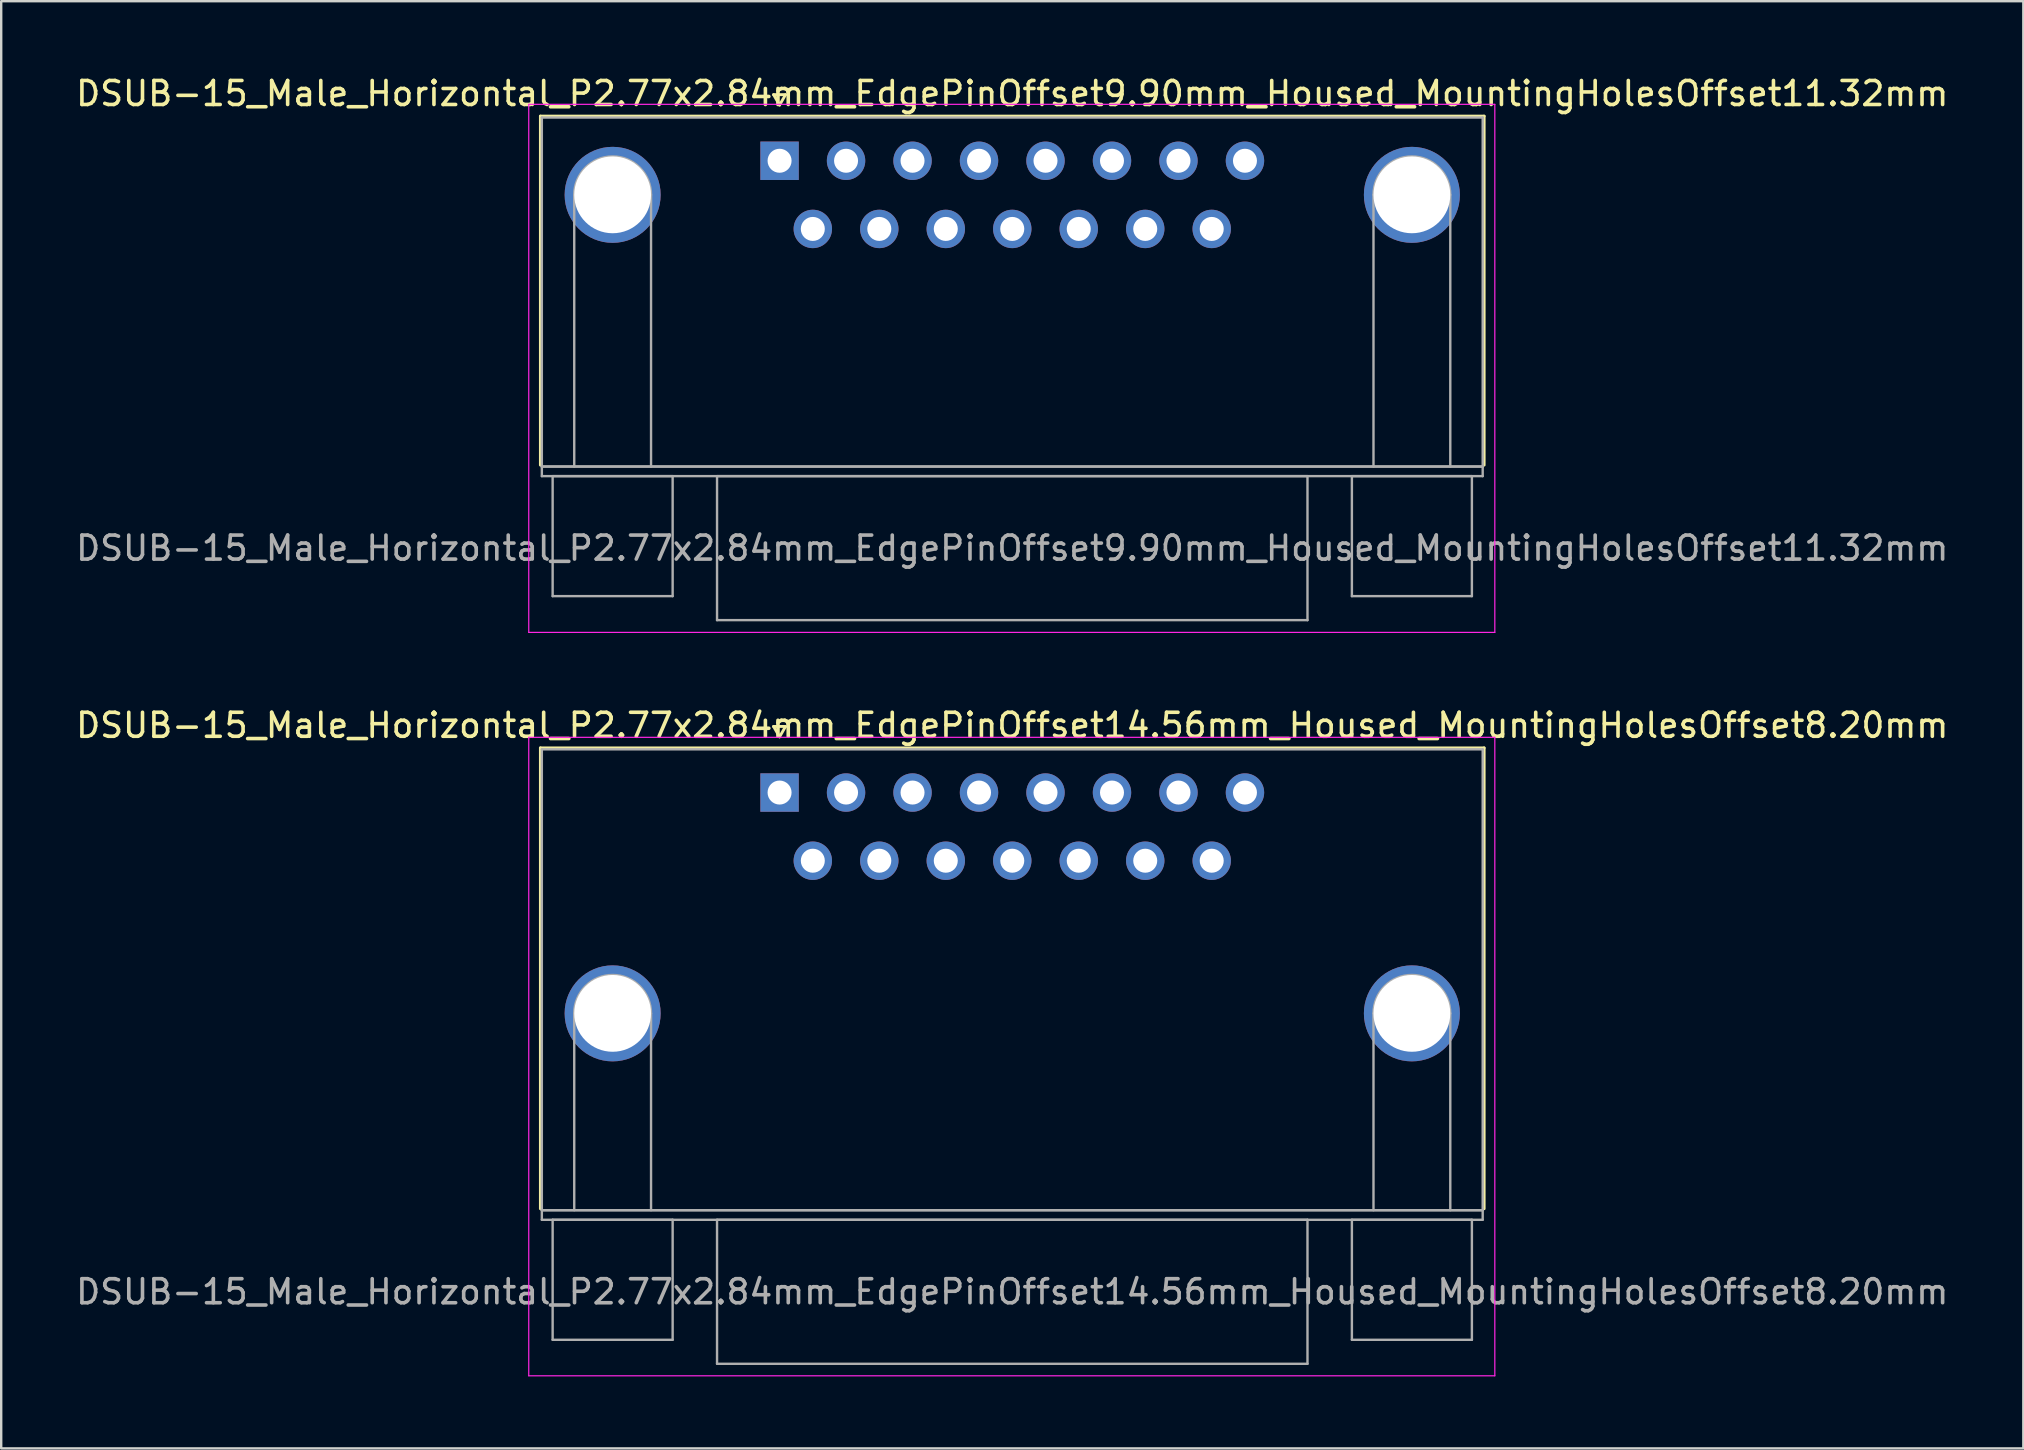
<source format=kicad_pcb>
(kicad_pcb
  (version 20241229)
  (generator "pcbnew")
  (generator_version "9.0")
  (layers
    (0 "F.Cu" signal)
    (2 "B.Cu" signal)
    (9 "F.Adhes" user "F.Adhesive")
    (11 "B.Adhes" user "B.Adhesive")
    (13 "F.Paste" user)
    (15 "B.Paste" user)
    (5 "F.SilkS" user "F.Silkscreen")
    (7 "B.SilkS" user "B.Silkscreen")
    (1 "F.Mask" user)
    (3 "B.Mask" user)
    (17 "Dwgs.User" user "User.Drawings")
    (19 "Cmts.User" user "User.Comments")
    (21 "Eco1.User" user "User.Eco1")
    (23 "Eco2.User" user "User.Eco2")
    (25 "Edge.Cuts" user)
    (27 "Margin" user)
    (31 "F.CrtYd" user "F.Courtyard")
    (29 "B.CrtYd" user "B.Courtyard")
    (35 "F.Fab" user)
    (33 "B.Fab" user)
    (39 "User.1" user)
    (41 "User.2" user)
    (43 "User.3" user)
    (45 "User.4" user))
  (footprint "DSUB-15_Male_Horizontal_P2.77x2.84mm_EdgePinOffset14.56mm_Housed_MountingHolesOffset8.20mm"
    (layer "F.Cu")
    (at 29.43 29.971)
    (property "Reference" "DSUB-15_Male_Horizontal_P2.77x2.84mm_EdgePinOffset14.56mm_Housed_MountingHolesOffset8.20mm" (at 9.695 -2.8 0) (layer "F.SilkS") (effects (font (size 1 1) (thickness 0.15))))
    (attr through_hole)
    (fp_line (start -9.965 -1.86) (end 29.355 -1.86) (stroke (width 0.12) (type solid)) (layer "F.SilkS"))
    (fp_line (start -9.965 17.34) (end -9.965 -1.86) (stroke (width 0.12) (type solid)) (layer "F.SilkS"))
    (fp_line (start -0.25 -2.754) (end 0.25 -2.754) (stroke (width 0.12) (type solid)) (layer "F.SilkS"))
    (fp_line (start 0 -2.321) (end -0.25 -2.754) (stroke (width 0.12) (type solid)) (layer "F.SilkS"))
    (fp_line (start 0.25 -2.754) (end 0 -2.321) (stroke (width 0.12) (type solid)) (layer "F.SilkS"))
    (fp_line (start 29.355 -1.86) (end 29.355 17.34) (stroke (width 0.12) (type solid)) (layer "F.SilkS"))
    (fp_line (start -10.45 -2.3) (end -10.45 24.3) (stroke (width 0.05) (type solid)) (layer "F.CrtYd"))
    (fp_line (start -10.45 24.3) (end 29.8 24.3) (stroke (width 0.05) (type solid)) (layer "F.CrtYd"))
    (fp_line (start 29.8 -2.3) (end -10.45 -2.3) (stroke (width 0.05) (type solid)) (layer "F.CrtYd"))
    (fp_line (start 29.8 24.3) (end 29.8 -2.3) (stroke (width 0.05) (type solid)) (layer "F.CrtYd"))
    (fp_line (start -9.905 -1.8) (end -9.905 17.4) (stroke (width 0.1) (type solid)) (layer "F.Fab"))
    (fp_line (start -9.905 17.4) (end -9.905 17.8) (stroke (width 0.1) (type solid)) (layer "F.Fab"))
    (fp_line (start -9.905 17.4) (end 29.295 17.4) (stroke (width 0.1) (type solid)) (layer "F.Fab"))
    (fp_line (start -9.905 17.8) (end 29.295 17.8) (stroke (width 0.1) (type solid)) (layer "F.Fab"))
    (fp_line (start -9.455 17.8) (end -9.455 22.8) (stroke (width 0.1) (type solid)) (layer "F.Fab"))
    (fp_line (start -9.455 22.8) (end -4.455 22.8) (stroke (width 0.1) (type solid)) (layer "F.Fab"))
    (fp_line (start -8.555 17.4) (end -8.555 9.2) (stroke (width 0.1) (type solid)) (layer "F.Fab"))
    (fp_line (start -5.355 17.4) (end -5.355 9.2) (stroke (width 0.1) (type solid)) (layer "F.Fab"))
    (fp_line (start -4.455 17.8) (end -9.455 17.8) (stroke (width 0.1) (type solid)) (layer "F.Fab"))
    (fp_line (start -4.455 22.8) (end -4.455 17.8) (stroke (width 0.1) (type solid)) (layer "F.Fab"))
    (fp_line (start -2.605 17.8) (end -2.605 23.8) (stroke (width 0.1) (type solid)) (layer "F.Fab"))
    (fp_line (start -2.605 23.8) (end 21.995 23.8) (stroke (width 0.1) (type solid)) (layer "F.Fab"))
    (fp_line (start 21.995 17.8) (end -2.605 17.8) (stroke (width 0.1) (type solid)) (layer "F.Fab"))
    (fp_line (start 21.995 23.8) (end 21.995 17.8) (stroke (width 0.1) (type solid)) (layer "F.Fab"))
    (fp_line (start 23.845 17.8) (end 23.845 22.8) (stroke (width 0.1) (type solid)) (layer "F.Fab"))
    (fp_line (start 23.845 22.8) (end 28.845 22.8) (stroke (width 0.1) (type solid)) (layer "F.Fab"))
    (fp_line (start 24.745 17.4) (end 24.745 9.2) (stroke (width 0.1) (type solid)) (layer "F.Fab"))
    (fp_line (start 27.945 17.4) (end 27.945 9.2) (stroke (width 0.1) (type solid)) (layer "F.Fab"))
    (fp_line (start 28.845 17.8) (end 23.845 17.8) (stroke (width 0.1) (type solid)) (layer "F.Fab"))
    (fp_line (start 28.845 22.8) (end 28.845 17.8) (stroke (width 0.1) (type solid)) (layer "F.Fab"))
    (fp_line (start 29.295 -1.8) (end -9.905 -1.8) (stroke (width 0.1) (type solid)) (layer "F.Fab"))
    (fp_line (start 29.295 17.4) (end -9.905 17.4) (stroke (width 0.1) (type solid)) (layer "F.Fab"))
    (fp_line (start 29.295 17.4) (end 29.295 -1.8) (stroke (width 0.1) (type solid)) (layer "F.Fab"))
    (fp_line (start 29.295 17.8) (end 29.295 17.4) (stroke (width 0.1) (type solid)) (layer "F.Fab"))
    (fp_arc (start -8.555 9.2) (mid -6.955 7.6) (end -5.355 9.2) (stroke (width 0.1) (type solid)) (layer "F.Fab"))
    (fp_arc (start 24.745 9.2) (mid 26.345 7.6) (end 27.945 9.2) (stroke (width 0.1) (type solid)) (layer "F.Fab"))
    (fp_text user "${REFERENCE}" (at 9.695 20.8 0) (layer "F.Fab") (effects (font (size 1 1) (thickness 0.15))))
    (pad "0" thru_hole circle (at -6.955 9.2) (size 4 4) (drill 3.2) (layers "*.Cu" "*.Mask"))
    (pad "0" thru_hole circle (at 26.345 9.2) (size 4 4) (drill 3.2) (layers "*.Cu" "*.Mask"))
    (pad "1" thru_hole rect (at 0 0) (size 1.6 1.6) (drill 1) (layers "*.Cu" "*.Mask"))
    (pad "2" thru_hole circle (at 2.77 0) (size 1.6 1.6) (drill 1) (layers "*.Cu" "*.Mask"))
    (pad "3" thru_hole circle (at 5.54 0) (size 1.6 1.6) (drill 1) (layers "*.Cu" "*.Mask"))
    (pad "4" thru_hole circle (at 8.31 0) (size 1.6 1.6) (drill 1) (layers "*.Cu" "*.Mask"))
    (pad "5" thru_hole circle (at 11.08 0) (size 1.6 1.6) (drill 1) (layers "*.Cu" "*.Mask"))
    (pad "6" thru_hole circle (at 13.85 0) (size 1.6 1.6) (drill 1) (layers "*.Cu" "*.Mask"))
    (pad "7" thru_hole circle (at 16.62 0) (size 1.6 1.6) (drill 1) (layers "*.Cu" "*.Mask"))
    (pad "8" thru_hole circle (at 19.39 0) (size 1.6 1.6) (drill 1) (layers "*.Cu" "*.Mask"))
    (pad "9" thru_hole circle (at 1.385 2.84) (size 1.6 1.6) (drill 1) (layers "*.Cu" "*.Mask"))
    (pad "10" thru_hole circle (at 4.155 2.84) (size 1.6 1.6) (drill 1) (layers "*.Cu" "*.Mask"))
    (pad "11" thru_hole circle (at 6.925 2.84) (size 1.6 1.6) (drill 1) (layers "*.Cu" "*.Mask"))
    (pad "12" thru_hole circle (at 9.695 2.84) (size 1.6 1.6) (drill 1) (layers "*.Cu" "*.Mask"))
    (pad "13" thru_hole circle (at 12.465 2.84) (size 1.6 1.6) (drill 1) (layers "*.Cu" "*.Mask"))
    (pad "14" thru_hole circle (at 15.235 2.84) (size 1.6 1.6) (drill 1) (layers "*.Cu" "*.Mask"))
    (pad "15" thru_hole circle (at 18.005 2.84) (size 1.6 1.6) (drill 1) (layers "*.Cu" "*.Mask")))
  (footprint "DSUB-15_Male_Horizontal_P2.77x2.84mm_EdgePinOffset9.90mm_Housed_MountingHolesOffset11.32mm"
    (layer "F.Cu")
    (at 29.43 3.648)
    (property "Reference" "DSUB-15_Male_Horizontal_P2.77x2.84mm_EdgePinOffset9.90mm_Housed_MountingHolesOffset11.32mm" (at 9.695 -2.8 0) (layer "F.SilkS") (effects (font (size 1 1) (thickness 0.15))))
    (attr through_hole)
    (fp_line (start -9.965 -1.86) (end 29.355 -1.86) (stroke (width 0.12) (type solid)) (layer "F.SilkS"))
    (fp_line (start -9.965 12.68) (end -9.965 -1.86) (stroke (width 0.12) (type solid)) (layer "F.SilkS"))
    (fp_line (start -0.25 -2.754) (end 0.25 -2.754) (stroke (width 0.12) (type solid)) (layer "F.SilkS"))
    (fp_line (start 0 -2.321) (end -0.25 -2.754) (stroke (width 0.12) (type solid)) (layer "F.SilkS"))
    (fp_line (start 0.25 -2.754) (end 0 -2.321) (stroke (width 0.12) (type solid)) (layer "F.SilkS"))
    (fp_line (start 29.355 -1.86) (end 29.355 12.68) (stroke (width 0.12) (type solid)) (layer "F.SilkS"))
    (fp_line (start -10.45 -2.35) (end -10.45 19.65) (stroke (width 0.05) (type solid)) (layer "F.CrtYd"))
    (fp_line (start -10.45 19.65) (end 29.8 19.65) (stroke (width 0.05) (type solid)) (layer "F.CrtYd"))
    (fp_line (start 29.8 -2.35) (end -10.45 -2.35) (stroke (width 0.05) (type solid)) (layer "F.CrtYd"))
    (fp_line (start 29.8 19.65) (end 29.8 -2.35) (stroke (width 0.05) (type solid)) (layer "F.CrtYd"))
    (fp_line (start -9.905 -1.8) (end -9.905 12.74) (stroke (width 0.1) (type solid)) (layer "F.Fab"))
    (fp_line (start -9.905 12.74) (end -9.905 13.14) (stroke (width 0.1) (type solid)) (layer "F.Fab"))
    (fp_line (start -9.905 12.74) (end 29.295 12.74) (stroke (width 0.1) (type solid)) (layer "F.Fab"))
    (fp_line (start -9.905 13.14) (end 29.295 13.14) (stroke (width 0.1) (type solid)) (layer "F.Fab"))
    (fp_line (start -9.455 13.14) (end -9.455 18.14) (stroke (width 0.1) (type solid)) (layer "F.Fab"))
    (fp_line (start -9.455 18.14) (end -4.455 18.14) (stroke (width 0.1) (type solid)) (layer "F.Fab"))
    (fp_line (start -8.555 12.74) (end -8.555 1.42) (stroke (width 0.1) (type solid)) (layer "F.Fab"))
    (fp_line (start -5.355 12.74) (end -5.355 1.42) (stroke (width 0.1) (type solid)) (layer "F.Fab"))
    (fp_line (start -4.455 13.14) (end -9.455 13.14) (stroke (width 0.1) (type solid)) (layer "F.Fab"))
    (fp_line (start -4.455 18.14) (end -4.455 13.14) (stroke (width 0.1) (type solid)) (layer "F.Fab"))
    (fp_line (start -2.605 13.14) (end -2.605 19.14) (stroke (width 0.1) (type solid)) (layer "F.Fab"))
    (fp_line (start -2.605 19.14) (end 21.995 19.14) (stroke (width 0.1) (type solid)) (layer "F.Fab"))
    (fp_line (start 21.995 13.14) (end -2.605 13.14) (stroke (width 0.1) (type solid)) (layer "F.Fab"))
    (fp_line (start 21.995 19.14) (end 21.995 13.14) (stroke (width 0.1) (type solid)) (layer "F.Fab"))
    (fp_line (start 23.845 13.14) (end 23.845 18.14) (stroke (width 0.1) (type solid)) (layer "F.Fab"))
    (fp_line (start 23.845 18.14) (end 28.845 18.14) (stroke (width 0.1) (type solid)) (layer "F.Fab"))
    (fp_line (start 24.745 12.74) (end 24.745 1.42) (stroke (width 0.1) (type solid)) (layer "F.Fab"))
    (fp_line (start 27.945 12.74) (end 27.945 1.42) (stroke (width 0.1) (type solid)) (layer "F.Fab"))
    (fp_line (start 28.845 13.14) (end 23.845 13.14) (stroke (width 0.1) (type solid)) (layer "F.Fab"))
    (fp_line (start 28.845 18.14) (end 28.845 13.14) (stroke (width 0.1) (type solid)) (layer "F.Fab"))
    (fp_line (start 29.295 -1.8) (end -9.905 -1.8) (stroke (width 0.1) (type solid)) (layer "F.Fab"))
    (fp_line (start 29.295 12.74) (end -9.905 12.74) (stroke (width 0.1) (type solid)) (layer "F.Fab"))
    (fp_line (start 29.295 12.74) (end 29.295 -1.8) (stroke (width 0.1) (type solid)) (layer "F.Fab"))
    (fp_line (start 29.295 13.14) (end 29.295 12.74) (stroke (width 0.1) (type solid)) (layer "F.Fab"))
    (fp_arc (start -8.555 1.42) (mid -6.955 -0.18) (end -5.355 1.42) (stroke (width 0.1) (type solid)) (layer "F.Fab"))
    (fp_arc (start 24.745 1.42) (mid 26.345 -0.18) (end 27.945 1.42) (stroke (width 0.1) (type solid)) (layer "F.Fab"))
    (fp_text user "${REFERENCE}" (at 9.695 16.14 0) (layer "F.Fab") (effects (font (size 1 1) (thickness 0.15))))
    (pad "0" thru_hole circle (at -6.955 1.42) (size 4 4) (drill 3.2) (layers "*.Cu" "*.Mask"))
    (pad "0" thru_hole circle (at 26.345 1.42) (size 4 4) (drill 3.2) (layers "*.Cu" "*.Mask"))
    (pad "1" thru_hole rect (at 0 0) (size 1.6 1.6) (drill 1) (layers "*.Cu" "*.Mask"))
    (pad "2" thru_hole circle (at 2.77 0) (size 1.6 1.6) (drill 1) (layers "*.Cu" "*.Mask"))
    (pad "3" thru_hole circle (at 5.54 0) (size 1.6 1.6) (drill 1) (layers "*.Cu" "*.Mask"))
    (pad "4" thru_hole circle (at 8.31 0) (size 1.6 1.6) (drill 1) (layers "*.Cu" "*.Mask"))
    (pad "5" thru_hole circle (at 11.08 0) (size 1.6 1.6) (drill 1) (layers "*.Cu" "*.Mask"))
    (pad "6" thru_hole circle (at 13.85 0) (size 1.6 1.6) (drill 1) (layers "*.Cu" "*.Mask"))
    (pad "7" thru_hole circle (at 16.62 0) (size 1.6 1.6) (drill 1) (layers "*.Cu" "*.Mask"))
    (pad "8" thru_hole circle (at 19.39 0) (size 1.6 1.6) (drill 1) (layers "*.Cu" "*.Mask"))
    (pad "9" thru_hole circle (at 1.385 2.84) (size 1.6 1.6) (drill 1) (layers "*.Cu" "*.Mask"))
    (pad "10" thru_hole circle (at 4.155 2.84) (size 1.6 1.6) (drill 1) (layers "*.Cu" "*.Mask"))
    (pad "11" thru_hole circle (at 6.925 2.84) (size 1.6 1.6) (drill 1) (layers "*.Cu" "*.Mask"))
    (pad "12" thru_hole circle (at 9.695 2.84) (size 1.6 1.6) (drill 1) (layers "*.Cu" "*.Mask"))
    (pad "13" thru_hole circle (at 12.465 2.84) (size 1.6 1.6) (drill 1) (layers "*.Cu" "*.Mask"))
    (pad "14" thru_hole circle (at 15.235 2.84) (size 1.6 1.6) (drill 1) (layers "*.Cu" "*.Mask"))
    (pad "15" thru_hole circle (at 18.005 2.84) (size 1.6 1.6) (drill 1) (layers "*.Cu" "*.Mask")))
  (gr_rect
    (start -3 -3)
    (end 81.25 57.297)
    (stroke (width 0.1) (type default))
    (fill no)
    (layer "Edge.Cuts")))
</source>
